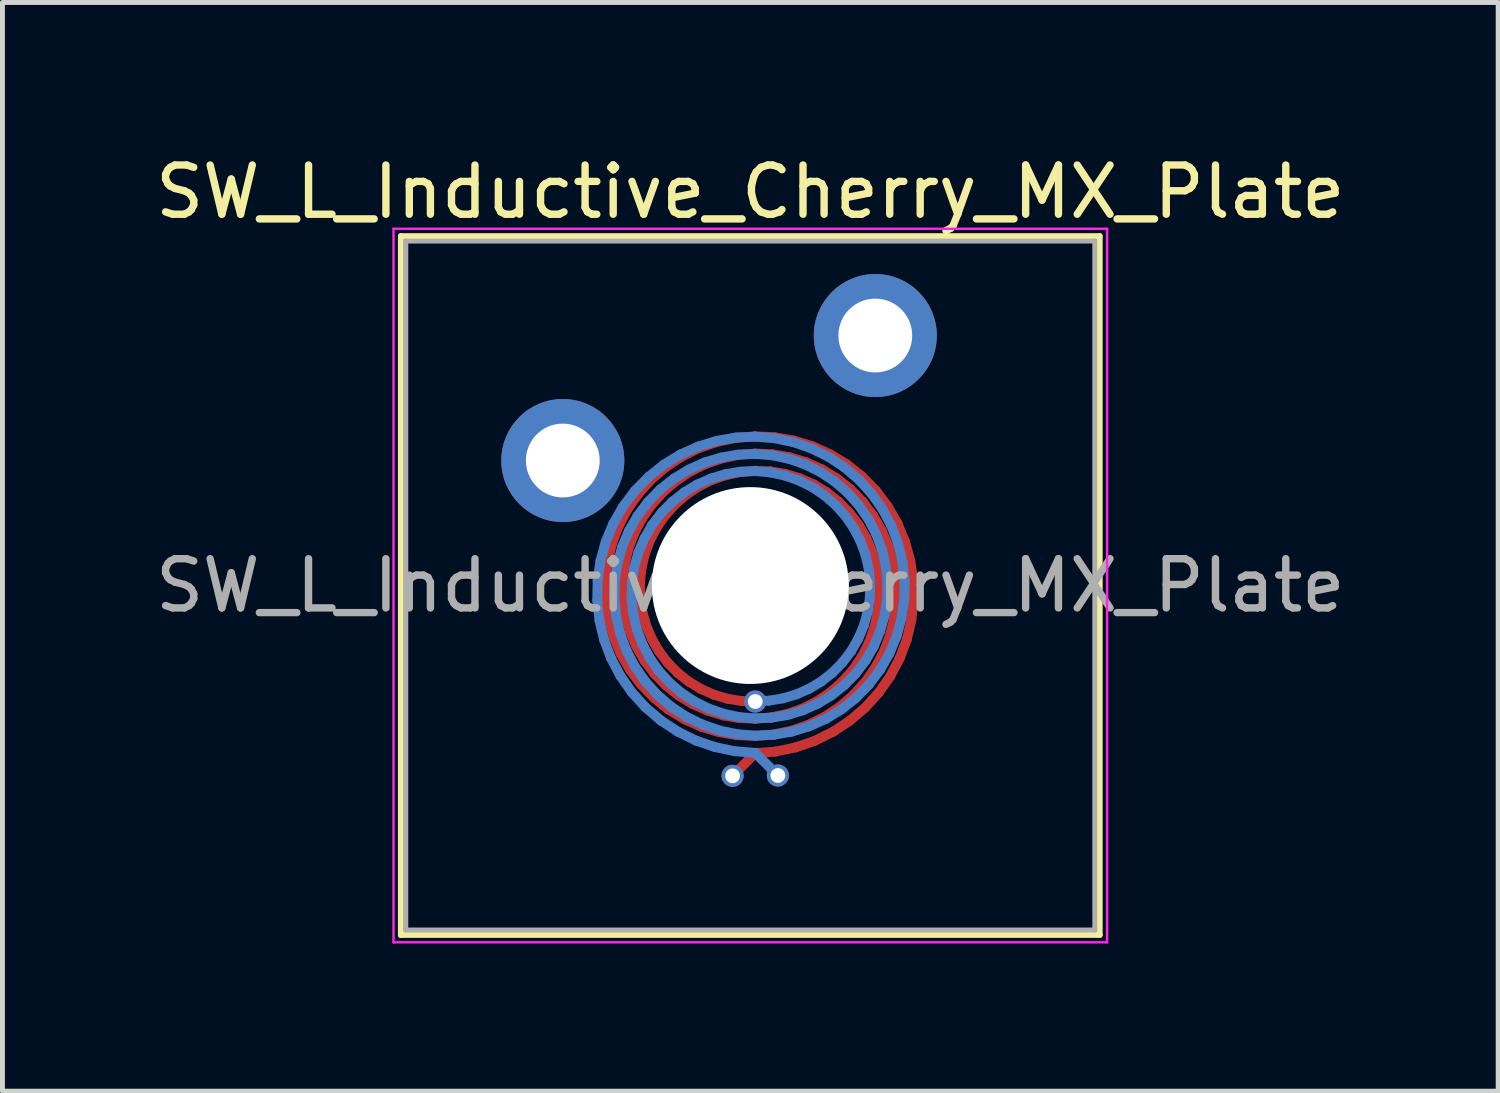
<source format=kicad_pcb>
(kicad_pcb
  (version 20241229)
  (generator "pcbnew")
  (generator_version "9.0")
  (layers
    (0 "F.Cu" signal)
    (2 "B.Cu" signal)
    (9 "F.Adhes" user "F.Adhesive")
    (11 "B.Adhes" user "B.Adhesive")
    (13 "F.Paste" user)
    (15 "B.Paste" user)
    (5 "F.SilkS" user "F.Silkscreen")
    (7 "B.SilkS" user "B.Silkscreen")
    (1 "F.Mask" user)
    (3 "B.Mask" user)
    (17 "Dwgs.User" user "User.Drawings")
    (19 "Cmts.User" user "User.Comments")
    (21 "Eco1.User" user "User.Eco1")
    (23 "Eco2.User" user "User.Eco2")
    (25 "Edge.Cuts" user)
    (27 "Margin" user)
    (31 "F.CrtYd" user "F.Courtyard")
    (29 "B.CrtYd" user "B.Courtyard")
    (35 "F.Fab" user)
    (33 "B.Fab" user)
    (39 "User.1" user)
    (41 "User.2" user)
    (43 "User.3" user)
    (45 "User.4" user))
  (footprint "SW_L_Inductive_Cherry_MX_Plate"
    (layer "F.Cu")
    (at 12.196 8.848)
    (property "Reference" "SW_L_Inductive_Cherry_MX_Plate" (at 0 -8 0) (layer "F.SilkS") (effects (font (size 1 1) (thickness 0.15))))
    (attr through_hole)
    (fp_line (start -2.942 -0.091) (end -2.901 -0.472) (stroke (width 0.2) (type solid)) (layer "F.Cu"))
    (fp_line (start -2.935 0.291) (end -2.942 -0.091) (stroke (width 0.2) (type solid)) (layer "F.Cu"))
    (fp_line (start -2.901 -0.472) (end -2.812 -0.846) (stroke (width 0.2) (type solid)) (layer "F.Cu"))
    (fp_line (start -2.88 0.669) (end -2.935 0.291) (stroke (width 0.2) (type solid)) (layer "F.Cu"))
    (fp_line (start -2.812 -0.846) (end -2.677 -1.207) (stroke (width 0.2) (type solid)) (layer "F.Cu"))
    (fp_line (start -2.779 1.035) (end -2.88 0.669) (stroke (width 0.2) (type solid)) (layer "F.Cu"))
    (fp_line (start -2.677 -1.207) (end -2.497 -1.548) (stroke (width 0.2) (type solid)) (layer "F.Cu"))
    (fp_line (start -2.633 1.386) (end -2.779 1.035) (stroke (width 0.2) (type solid)) (layer "F.Cu"))
    (fp_line (start -2.593 -0.069) (end -2.557 -0.407) (stroke (width 0.2) (type solid)) (layer "F.Cu"))
    (fp_line (start -2.586 0.269) (end -2.593 -0.069) (stroke (width 0.2) (type solid)) (layer "F.Cu"))
    (fp_line (start -2.557 -0.407) (end -2.479 -0.738) (stroke (width 0.2) (type solid)) (layer "F.Cu"))
    (fp_line (start -2.536 0.603) (end -2.586 0.269) (stroke (width 0.2) (type solid)) (layer "F.Cu"))
    (fp_line (start -2.497 -1.548) (end -2.275 -1.865) (stroke (width 0.2) (type solid)) (layer "F.Cu"))
    (fp_line (start -2.479 -0.738) (end -2.36 -1.058) (stroke (width 0.2) (type solid)) (layer "F.Cu"))
    (fp_line (start -2.446 0.927) (end -2.536 0.603) (stroke (width 0.2) (type solid)) (layer "F.Cu"))
    (fp_line (start -2.444 1.714) (end -2.633 1.386) (stroke (width 0.2) (type solid)) (layer "F.Cu"))
    (fp_line (start -2.36 -1.058) (end -2.202 -1.361) (stroke (width 0.2) (type solid)) (layer "F.Cu"))
    (fp_line (start -2.316 1.237) (end -2.446 0.927) (stroke (width 0.2) (type solid)) (layer "F.Cu"))
    (fp_line (start -2.275 -1.865) (end -2.015 -2.153) (stroke (width 0.2) (type solid)) (layer "F.Cu"))
    (fp_line (start -2.243 -0.047) (end -2.213 -0.341) (stroke (width 0.2) (type solid)) (layer "F.Cu"))
    (fp_line (start -2.236 0.247) (end -2.243 -0.047) (stroke (width 0.2) (type solid)) (layer "F.Cu"))
    (fp_line (start -2.216 2.016) (end -2.444 1.714) (stroke (width 0.2) (type solid)) (layer "F.Cu"))
    (fp_line (start -2.213 -0.341) (end -2.146 -0.63) (stroke (width 0.2) (type solid)) (layer "F.Cu"))
    (fp_line (start -2.202 -1.361) (end -2.006 -1.642) (stroke (width 0.2) (type solid)) (layer "F.Cu"))
    (fp_line (start -2.193 0.537) (end -2.236 0.247) (stroke (width 0.2) (type solid)) (layer "F.Cu"))
    (fp_line (start -2.148 1.527) (end -2.316 1.237) (stroke (width 0.2) (type solid)) (layer "F.Cu"))
    (fp_line (start -2.146 -0.63) (end -2.044 -0.909) (stroke (width 0.2) (type solid)) (layer "F.Cu"))
    (fp_line (start -2.113 0.819) (end -2.193 0.537) (stroke (width 0.2) (type solid)) (layer "F.Cu"))
    (fp_line (start -2.044 -0.909) (end -1.906 -1.173) (stroke (width 0.2) (type solid)) (layer "F.Cu"))
    (fp_line (start -2.015 -2.153) (end -1.72 -2.406) (stroke (width 0.2) (type solid)) (layer "F.Cu"))
    (fp_line (start -2.006 -1.642) (end -1.776 -1.897) (stroke (width 0.2) (type solid)) (layer "F.Cu"))
    (fp_line (start -1.999 1.088) (end -2.113 0.819) (stroke (width 0.2) (type solid)) (layer "F.Cu"))
    (fp_line (start -1.953 2.286) (end -2.216 2.016) (stroke (width 0.2) (type solid)) (layer "F.Cu"))
    (fp_line (start -1.946 1.793) (end -2.148 1.527) (stroke (width 0.2) (type solid)) (layer "F.Cu"))
    (fp_line (start -1.906 -1.173) (end -1.736 -1.419) (stroke (width 0.2) (type solid)) (layer "F.Cu"))
    (fp_line (start -1.853 1.339) (end -1.999 1.088) (stroke (width 0.2) (type solid)) (layer "F.Cu"))
    (fp_line (start -1.776 -1.897) (end -1.515 -2.122) (stroke (width 0.2) (type solid)) (layer "F.Cu"))
    (fp_line (start -1.736 -1.419) (end -1.536 -1.642) (stroke (width 0.2) (type solid)) (layer "F.Cu"))
    (fp_line (start -1.72 -2.406) (end -1.395 -2.62) (stroke (width 0.2) (type solid)) (layer "F.Cu"))
    (fp_line (start -1.713 2.031) (end -1.946 1.793) (stroke (width 0.2) (type solid)) (layer "F.Cu"))
    (fp_line (start -1.677 1.57) (end -1.853 1.339) (stroke (width 0.2) (type solid)) (layer "F.Cu"))
    (fp_line (start -1.659 2.521) (end -1.953 2.286) (stroke (width 0.2) (type solid)) (layer "F.Cu"))
    (fp_line (start -1.536 -1.642) (end -1.309 -1.839) (stroke (width 0.2) (type solid)) (layer "F.Cu"))
    (fp_line (start -1.515 -2.122) (end -1.227 -2.313) (stroke (width 0.2) (type solid)) (layer "F.Cu"))
    (fp_line (start -1.474 1.776) (end -1.677 1.57) (stroke (width 0.2) (type solid)) (layer "F.Cu"))
    (fp_line (start -1.453 2.237) (end -1.713 2.031) (stroke (width 0.2) (type solid)) (layer "F.Cu"))
    (fp_line (start -1.395 -2.62) (end -1.045 -2.793) (stroke (width 0.2) (type solid)) (layer "F.Cu"))
    (fp_line (start -1.338 2.716) (end -1.659 2.521) (stroke (width 0.2) (type solid)) (layer "F.Cu"))
    (fp_line (start -1.309 -1.839) (end -1.058 -2.007) (stroke (width 0.2) (type solid)) (layer "F.Cu"))
    (fp_line (start -1.247 1.954) (end -1.474 1.776) (stroke (width 0.2) (type solid)) (layer "F.Cu"))
    (fp_line (start -1.227 -2.313) (end -0.916 -2.467) (stroke (width 0.2) (type solid)) (layer "F.Cu"))
    (fp_line (start -1.169 2.409) (end -1.453 2.237) (stroke (width 0.2) (type solid)) (layer "F.Cu"))
    (fp_line (start -1.058 -2.007) (end -0.788 -2.142) (stroke (width 0.2) (type solid)) (layer "F.Cu"))
    (fp_line (start -1.045 -2.793) (end -0.675 -2.92) (stroke (width 0.2) (type solid)) (layer "F.Cu"))
    (fp_line (start -1.001 2.102) (end -1.247 1.954) (stroke (width 0.2) (type solid)) (layer "F.Cu"))
    (fp_line (start -0.996 2.869) (end -1.338 2.716) (stroke (width 0.2) (type solid)) (layer "F.Cu"))
    (fp_line (start -0.916 -2.467) (end -0.588 -2.581) (stroke (width 0.2) (type solid)) (layer "F.Cu"))
    (fp_line (start -0.867 2.543) (end -1.169 2.409) (stroke (width 0.2) (type solid)) (layer "F.Cu"))
    (fp_line (start -0.788 -2.142) (end -0.501 -2.242) (stroke (width 0.2) (type solid)) (layer "F.Cu"))
    (fp_line (start -0.739 2.218) (end -1.001 2.102) (stroke (width 0.2) (type solid)) (layer "F.Cu"))
    (fp_line (start -0.675 -2.92) (end -0.292 -3) (stroke (width 0.2) (type solid)) (layer "F.Cu"))
    (fp_line (start -0.639 2.978) (end -0.996 2.869) (stroke (width 0.2) (type solid)) (layer "F.Cu"))
    (fp_line (start -0.588 -2.581) (end -0.248 -2.653) (stroke (width 0.2) (type solid)) (layer "F.Cu"))
    (fp_line (start -0.552 2.639) (end -0.867 2.543) (stroke (width 0.2) (type solid)) (layer "F.Cu"))
    (fp_line (start -0.501 -2.242) (end -0.204 -2.306) (stroke (width 0.2) (type solid)) (layer "F.Cu"))
    (fp_line (start -0.465 2.3) (end -0.739 2.218) (stroke (width 0.2) (type solid)) (layer "F.Cu"))
    (fp_line (start -0.292 -3) (end 0.1 -3.032) (stroke (width 0.2) (type solid)) (layer "F.Cu"))
    (fp_line (start -0.271 3.041) (end -0.639 2.978) (stroke (width 0.2) (type solid)) (layer "F.Cu"))
    (fp_line (start -0.248 -2.653) (end 0.1 -2.682) (stroke (width 0.2) (type solid)) (layer "F.Cu"))
    (fp_line (start -0.228 2.693) (end -0.552 2.639) (stroke (width 0.2) (type solid)) (layer "F.Cu"))
    (fp_line (start -0.204 -2.306) (end 0.1 -2.332) (stroke (width 0.2) (type solid)) (layer "F.Cu"))
    (fp_line (start -0.184 2.346) (end -0.465 2.3) (stroke (width 0.2) (type solid)) (layer "F.Cu"))
    (fp_line (start 0.1 -3.032) (end 0.493 -3.014) (stroke (width 0.2) (type solid)) (layer "F.Cu"))
    (fp_line (start 0.1 -2.682) (end 0.45 -2.667) (stroke (width 0.2) (type solid)) (layer "F.Cu"))
    (fp_line (start 0.1 -2.332) (end 0.406 -2.32) (stroke (width 0.2) (type solid)) (layer "F.Cu"))
    (fp_line (start 0.1 2.357) (end -0.184 2.346) (stroke (width 0.2) (type solid)) (layer "F.Cu"))
    (fp_line (start 0.1 2.707) (end -0.228 2.693) (stroke (width 0.2) (type solid)) (layer "F.Cu"))
    (fp_line (start 0.1 3.057) (end -0.271 3.041) (stroke (width 0.2) (type solid)) (layer "F.Cu"))
    (fp_line (start 0.1 3.407) (end -0.36 3.867) (stroke (width 0.2) (type solid)) (layer "F.Cu"))
    (fp_line (start 0.406 -2.32) (end 0.708 -2.269) (stroke (width 0.2) (type solid)) (layer "F.Cu"))
    (fp_line (start 0.426 2.679) (end 0.1 2.707) (stroke (width 0.2) (type solid)) (layer "F.Cu"))
    (fp_line (start 0.45 -2.667) (end 0.795 -2.608) (stroke (width 0.2) (type solid)) (layer "F.Cu"))
    (fp_line (start 0.47 3.027) (end 0.1 3.057) (stroke (width 0.2) (type solid)) (layer "F.Cu"))
    (fp_line (start 0.493 -3.014) (end 0.882 -2.947) (stroke (width 0.2) (type solid)) (layer "F.Cu"))
    (fp_line (start 0.514 3.374) (end 0.1 3.407) (stroke (width 0.2) (type solid)) (layer "F.Cu"))
    (fp_line (start 0.708 -2.269) (end 1.003 -2.181) (stroke (width 0.2) (type solid)) (layer "F.Cu"))
    (fp_line (start 0.745 2.612) (end 0.426 2.679) (stroke (width 0.2) (type solid)) (layer "F.Cu"))
    (fp_line (start 0.795 -2.608) (end 1.132 -2.506) (stroke (width 0.2) (type solid)) (layer "F.Cu"))
    (fp_line (start 0.832 2.951) (end 0.47 3.027) (stroke (width 0.2) (type solid)) (layer "F.Cu"))
    (fp_line (start 0.882 -2.947) (end 1.261 -2.832) (stroke (width 0.2) (type solid)) (layer "F.Cu"))
    (fp_line (start 0.919 3.29) (end 0.514 3.374) (stroke (width 0.2) (type solid)) (layer "F.Cu"))
    (fp_line (start 1.003 -2.181) (end 1.285 -2.056) (stroke (width 0.2) (type solid)) (layer "F.Cu"))
    (fp_line (start 1.052 2.504) (end 0.745 2.612) (stroke (width 0.2) (type solid)) (layer "F.Cu"))
    (fp_line (start 1.132 -2.506) (end 1.454 -2.362) (stroke (width 0.2) (type solid)) (layer "F.Cu"))
    (fp_line (start 1.181 2.83) (end 0.832 2.951) (stroke (width 0.2) (type solid)) (layer "F.Cu"))
    (fp_line (start 1.261 -2.832) (end 1.622 -2.669) (stroke (width 0.2) (type solid)) (layer "F.Cu"))
    (fp_line (start 1.285 -2.056) (end 1.55 -1.896) (stroke (width 0.2) (type solid)) (layer "F.Cu"))
    (fp_line (start 1.31 3.155) (end 0.919 3.29) (stroke (width 0.2) (type solid)) (layer "F.Cu"))
    (fp_line (start 1.342 2.36) (end 1.052 2.504) (stroke (width 0.2) (type solid)) (layer "F.Cu"))
    (fp_line (start 1.454 -2.362) (end 1.756 -2.179) (stroke (width 0.2) (type solid)) (layer "F.Cu"))
    (fp_line (start 1.511 2.667) (end 1.181 2.83) (stroke (width 0.2) (type solid)) (layer "F.Cu"))
    (fp_line (start 1.55 -1.896) (end 1.794 -1.703) (stroke (width 0.2) (type solid)) (layer "F.Cu"))
    (fp_line (start 1.612 2.181) (end 1.342 2.36) (stroke (width 0.2) (type solid)) (layer "F.Cu"))
    (fp_line (start 1.622 -2.669) (end 1.962 -2.462) (stroke (width 0.2) (type solid)) (layer "F.Cu"))
    (fp_line (start 1.68 2.973) (end 1.31 3.155) (stroke (width 0.2) (type solid)) (layer "F.Cu"))
    (fp_line (start 1.756 -2.179) (end 2.033 -1.959) (stroke (width 0.2) (type solid)) (layer "F.Cu"))
    (fp_line (start 1.794 -1.703) (end 2.012 -1.481) (stroke (width 0.2) (type solid)) (layer "F.Cu"))
    (fp_line (start 1.818 2.464) (end 1.511 2.667) (stroke (width 0.2) (type solid)) (layer "F.Cu"))
    (fp_line (start 1.856 1.97) (end 1.612 2.181) (stroke (width 0.2) (type solid)) (layer "F.Cu"))
    (fp_line (start 1.962 -2.462) (end 2.273 -2.214) (stroke (width 0.2) (type solid)) (layer "F.Cu"))
    (fp_line (start 2.012 -1.481) (end 2.201 -1.233) (stroke (width 0.2) (type solid)) (layer "F.Cu"))
    (fp_line (start 2.023 2.747) (end 1.68 2.973) (stroke (width 0.2) (type solid)) (layer "F.Cu"))
    (fp_line (start 2.033 -1.959) (end 2.281 -1.705) (stroke (width 0.2) (type solid)) (layer "F.Cu"))
    (fp_line (start 2.071 1.731) (end 1.856 1.97) (stroke (width 0.2) (type solid)) (layer "F.Cu"))
    (fp_line (start 2.095 2.225) (end 1.818 2.464) (stroke (width 0.2) (type solid)) (layer "F.Cu"))
    (fp_line (start 2.201 -1.233) (end 2.358 -0.962) (stroke (width 0.2) (type solid)) (layer "F.Cu"))
    (fp_line (start 2.254 1.467) (end 2.071 1.731) (stroke (width 0.2) (type solid)) (layer "F.Cu"))
    (fp_line (start 2.273 -2.214) (end 2.551 -1.928) (stroke (width 0.2) (type solid)) (layer "F.Cu"))
    (fp_line (start 2.281 -1.705) (end 2.496 -1.421) (stroke (width 0.2) (type solid)) (layer "F.Cu"))
    (fp_line (start 2.335 2.48) (end 2.023 2.747) (stroke (width 0.2) (type solid)) (layer "F.Cu"))
    (fp_line (start 2.341 1.954) (end 2.095 2.225) (stroke (width 0.2) (type solid)) (layer "F.Cu"))
    (fp_line (start 2.358 -0.962) (end 2.48 -0.673) (stroke (width 0.2) (type solid)) (layer "F.Cu"))
    (fp_line (start 2.402 1.183) (end 2.254 1.467) (stroke (width 0.2) (type solid)) (layer "F.Cu"))
    (fp_line (start 2.48 -0.673) (end 2.565 -0.37) (stroke (width 0.2) (type solid)) (layer "F.Cu"))
    (fp_line (start 2.496 -1.421) (end 2.674 -1.111) (stroke (width 0.2) (type solid)) (layer "F.Cu"))
    (fp_line (start 2.513 0.884) (end 2.402 1.183) (stroke (width 0.2) (type solid)) (layer "F.Cu"))
    (fp_line (start 2.549 1.654) (end 2.341 1.954) (stroke (width 0.2) (type solid)) (layer "F.Cu"))
    (fp_line (start 2.551 -1.928) (end 2.792 -1.608) (stroke (width 0.2) (type solid)) (layer "F.Cu"))
    (fp_line (start 2.565 -0.37) (end 2.611 -0.058) (stroke (width 0.2) (type solid)) (layer "F.Cu"))
    (fp_line (start 2.585 0.574) (end 2.513 0.884) (stroke (width 0.2) (type solid)) (layer "F.Cu"))
    (fp_line (start 2.61 2.177) (end 2.335 2.48) (stroke (width 0.2) (type solid)) (layer "F.Cu"))
    (fp_line (start 2.611 -0.058) (end 2.618 0.258) (stroke (width 0.2) (type solid)) (layer "F.Cu"))
    (fp_line (start 2.618 0.258) (end 2.585 0.574) (stroke (width 0.2) (type solid)) (layer "F.Cu"))
    (fp_line (start 2.674 -1.111) (end 2.812 -0.781) (stroke (width 0.2) (type solid)) (layer "F.Cu"))
    (fp_line (start 2.719 1.332) (end 2.549 1.654) (stroke (width 0.2) (type solid)) (layer "F.Cu"))
    (fp_line (start 2.792 -1.608) (end 2.991 -1.26) (stroke (width 0.2) (type solid)) (layer "F.Cu"))
    (fp_line (start 2.812 -0.781) (end 2.908 -0.436) (stroke (width 0.2) (type solid)) (layer "F.Cu"))
    (fp_line (start 2.845 1.842) (end 2.61 2.177) (stroke (width 0.2) (type solid)) (layer "F.Cu"))
    (fp_line (start 2.846 0.992) (end 2.719 1.332) (stroke (width 0.2) (type solid)) (layer "F.Cu"))
    (fp_line (start 2.908 -0.436) (end 2.96 -0.08) (stroke (width 0.2) (type solid)) (layer "F.Cu"))
    (fp_line (start 2.929 0.64) (end 2.846 0.992) (stroke (width 0.2) (type solid)) (layer "F.Cu"))
    (fp_line (start 2.96 -0.08) (end 2.967 0.28) (stroke (width 0.2) (type solid)) (layer "F.Cu"))
    (fp_line (start 2.967 0.28) (end 2.929 0.64) (stroke (width 0.2) (type solid)) (layer "F.Cu"))
    (fp_line (start 2.991 -1.26) (end 3.145 -0.889) (stroke (width 0.2) (type solid)) (layer "F.Cu"))
    (fp_line (start 3.035 1.481) (end 2.845 1.842) (stroke (width 0.2) (type solid)) (layer "F.Cu"))
    (fp_line (start 3.145 -0.889) (end 3.252 -0.501) (stroke (width 0.2) (type solid)) (layer "F.Cu"))
    (fp_line (start 3.179 1.1) (end 3.035 1.481) (stroke (width 0.2) (type solid)) (layer "F.Cu"))
    (fp_line (start 3.252 -0.501) (end 3.31 -0.102) (stroke (width 0.2) (type solid)) (layer "F.Cu"))
    (fp_line (start 3.273 0.705) (end 3.179 1.1) (stroke (width 0.2) (type solid)) (layer "F.Cu"))
    (fp_line (start 3.31 -0.102) (end 3.317 0.302) (stroke (width 0.2) (type solid)) (layer "F.Cu"))
    (fp_line (start 3.317 0.302) (end 3.273 0.705) (stroke (width 0.2) (type solid)) (layer "F.Cu"))
    (fp_line (start -3.11 0.302) (end -3.103 -0.101) (stroke (width 0.2) (type solid)) (layer "B.Cu"))
    (fp_line (start -3.103 -0.101) (end -3.045 -0.5) (stroke (width 0.2) (type solid)) (layer "B.Cu"))
    (fp_line (start -3.066 0.704) (end -3.11 0.302) (stroke (width 0.2) (type solid)) (layer "B.Cu"))
    (fp_line (start -3.045 -0.5) (end -2.939 -0.887) (stroke (width 0.2) (type solid)) (layer "B.Cu"))
    (fp_line (start -2.972 1.098) (end -3.066 0.704) (stroke (width 0.2) (type solid)) (layer "B.Cu"))
    (fp_line (start -2.939 -0.887) (end -2.785 -1.257) (stroke (width 0.2) (type solid)) (layer "B.Cu"))
    (fp_line (start -2.829 1.478) (end -2.972 1.098) (stroke (width 0.2) (type solid)) (layer "B.Cu"))
    (fp_line (start -2.785 -1.257) (end -2.586 -1.604) (stroke (width 0.2) (type solid)) (layer "B.Cu"))
    (fp_line (start -2.76 0.28) (end -2.753 -0.08) (stroke (width 0.2) (type solid)) (layer "B.Cu"))
    (fp_line (start -2.753 -0.08) (end -2.701 -0.434) (stroke (width 0.2) (type solid)) (layer "B.Cu"))
    (fp_line (start -2.722 0.638) (end -2.76 0.28) (stroke (width 0.2) (type solid)) (layer "B.Cu"))
    (fp_line (start -2.701 -0.434) (end -2.606 -0.779) (stroke (width 0.2) (type solid)) (layer "B.Cu"))
    (fp_line (start -2.639 0.99) (end -2.722 0.638) (stroke (width 0.2) (type solid)) (layer "B.Cu"))
    (fp_line (start -2.639 1.838) (end -2.829 1.478) (stroke (width 0.2) (type solid)) (layer "B.Cu"))
    (fp_line (start -2.606 -0.779) (end -2.468 -1.108) (stroke (width 0.2) (type solid)) (layer "B.Cu"))
    (fp_line (start -2.586 -1.604) (end -2.346 -1.923) (stroke (width 0.2) (type solid)) (layer "B.Cu"))
    (fp_line (start -2.512 1.329) (end -2.639 0.99) (stroke (width 0.2) (type solid)) (layer "B.Cu"))
    (fp_line (start -2.468 -1.108) (end -2.29 -1.417) (stroke (width 0.2) (type solid)) (layer "B.Cu"))
    (fp_line (start -2.411 0.258) (end -2.404 -0.058) (stroke (width 0.2) (type solid)) (layer "B.Cu"))
    (fp_line (start -2.405 2.172) (end -2.639 1.838) (stroke (width 0.2) (type solid)) (layer "B.Cu"))
    (fp_line (start -2.404 -0.058) (end -2.358 -0.369) (stroke (width 0.2) (type solid)) (layer "B.Cu"))
    (fp_line (start -2.378 0.573) (end -2.411 0.258) (stroke (width 0.2) (type solid)) (layer "B.Cu"))
    (fp_line (start -2.358 -0.369) (end -2.273 -0.671) (stroke (width 0.2) (type solid)) (layer "B.Cu"))
    (fp_line (start -2.346 -1.923) (end -2.068 -2.209) (stroke (width 0.2) (type solid)) (layer "B.Cu"))
    (fp_line (start -2.343 1.651) (end -2.512 1.329) (stroke (width 0.2) (type solid)) (layer "B.Cu"))
    (fp_line (start -2.306 0.882) (end -2.378 0.573) (stroke (width 0.2) (type solid)) (layer "B.Cu"))
    (fp_line (start -2.29 -1.417) (end -2.076 -1.7) (stroke (width 0.2) (type solid)) (layer "B.Cu"))
    (fp_line (start -2.273 -0.671) (end -2.151 -0.959) (stroke (width 0.2) (type solid)) (layer "B.Cu"))
    (fp_line (start -2.196 1.18) (end -2.306 0.882) (stroke (width 0.2) (type solid)) (layer "B.Cu"))
    (fp_line (start -2.151 -0.959) (end -1.995 -1.229) (stroke (width 0.2) (type solid)) (layer "B.Cu"))
    (fp_line (start -2.135 1.949) (end -2.343 1.651) (stroke (width 0.2) (type solid)) (layer "B.Cu"))
    (fp_line (start -2.13 2.475) (end -2.405 2.172) (stroke (width 0.2) (type solid)) (layer "B.Cu"))
    (fp_line (start -2.076 -1.7) (end -1.828 -1.954) (stroke (width 0.2) (type solid)) (layer "B.Cu"))
    (fp_line (start -2.068 -2.209) (end -1.757 -2.456) (stroke (width 0.2) (type solid)) (layer "B.Cu"))
    (fp_line (start -2.048 1.463) (end -2.196 1.18) (stroke (width 0.2) (type solid)) (layer "B.Cu"))
    (fp_line (start -1.995 -1.229) (end -1.806 -1.477) (stroke (width 0.2) (type solid)) (layer "B.Cu"))
    (fp_line (start -1.891 2.22) (end -2.135 1.949) (stroke (width 0.2) (type solid)) (layer "B.Cu"))
    (fp_line (start -1.866 1.726) (end -2.048 1.463) (stroke (width 0.2) (type solid)) (layer "B.Cu"))
    (fp_line (start -1.828 -1.954) (end -1.552 -2.173) (stroke (width 0.2) (type solid)) (layer "B.Cu"))
    (fp_line (start -1.819 2.741) (end -2.13 2.475) (stroke (width 0.2) (type solid)) (layer "B.Cu"))
    (fp_line (start -1.806 -1.477) (end -1.589 -1.698) (stroke (width 0.2) (type solid)) (layer "B.Cu"))
    (fp_line (start -1.757 -2.456) (end -1.419 -2.663) (stroke (width 0.2) (type solid)) (layer "B.Cu"))
    (fp_line (start -1.651 1.965) (end -1.866 1.726) (stroke (width 0.2) (type solid)) (layer "B.Cu"))
    (fp_line (start -1.613 2.458) (end -1.891 2.22) (stroke (width 0.2) (type solid)) (layer "B.Cu"))
    (fp_line (start -1.589 -1.698) (end -1.346 -1.89) (stroke (width 0.2) (type solid)) (layer "B.Cu"))
    (fp_line (start -1.552 -2.173) (end -1.25 -2.356) (stroke (width 0.2) (type solid)) (layer "B.Cu"))
    (fp_line (start -1.476 2.967) (end -1.819 2.741) (stroke (width 0.2) (type solid)) (layer "B.Cu"))
    (fp_line (start -1.419 -2.663) (end -1.058 -2.825) (stroke (width 0.2) (type solid)) (layer "B.Cu"))
    (fp_line (start -1.408 2.175) (end -1.651 1.965) (stroke (width 0.2) (type solid)) (layer "B.Cu"))
    (fp_line (start -1.346 -1.89) (end -1.082 -2.05) (stroke (width 0.2) (type solid)) (layer "B.Cu"))
    (fp_line (start -1.308 2.661) (end -1.613 2.458) (stroke (width 0.2) (type solid)) (layer "B.Cu"))
    (fp_line (start -1.25 -2.356) (end -0.929 -2.5) (stroke (width 0.2) (type solid)) (layer "B.Cu"))
    (fp_line (start -1.139 2.354) (end -1.408 2.175) (stroke (width 0.2) (type solid)) (layer "B.Cu"))
    (fp_line (start -1.107 3.149) (end -1.476 2.967) (stroke (width 0.2) (type solid)) (layer "B.Cu"))
    (fp_line (start -1.082 -2.05) (end -0.8 -2.174) (stroke (width 0.2) (type solid)) (layer "B.Cu"))
    (fp_line (start -1.058 -2.825) (end -0.681 -2.94) (stroke (width 0.2) (type solid)) (layer "B.Cu"))
    (fp_line (start -0.978 2.823) (end -1.308 2.661) (stroke (width 0.2) (type solid)) (layer "B.Cu"))
    (fp_line (start -0.929 -2.5) (end -0.594 -2.601) (stroke (width 0.2) (type solid)) (layer "B.Cu"))
    (fp_line (start -0.849 2.498) (end -1.139 2.354) (stroke (width 0.2) (type solid)) (layer "B.Cu"))
    (fp_line (start -0.8 -2.174) (end -0.507 -2.262) (stroke (width 0.2) (type solid)) (layer "B.Cu"))
    (fp_line (start -0.717 3.283) (end -1.107 3.149) (stroke (width 0.2) (type solid)) (layer "B.Cu"))
    (fp_line (start -0.681 -2.94) (end -0.293 -3.007) (stroke (width 0.2) (type solid)) (layer "B.Cu"))
    (fp_line (start -0.63 2.944) (end -0.978 2.823) (stroke (width 0.2) (type solid)) (layer "B.Cu"))
    (fp_line (start -0.594 -2.601) (end -0.249 -2.66) (stroke (width 0.2) (type solid)) (layer "B.Cu"))
    (fp_line (start -0.543 2.605) (end -0.849 2.498) (stroke (width 0.2) (type solid)) (layer "B.Cu"))
    (fp_line (start -0.507 -2.262) (end -0.205 -2.313) (stroke (width 0.2) (type solid)) (layer "B.Cu"))
    (fp_line (start -0.313 3.367) (end -0.717 3.283) (stroke (width 0.2) (type solid)) (layer "B.Cu"))
    (fp_line (start -0.293 -3.007) (end 0.1 -3.025) (stroke (width 0.2) (type solid)) (layer "B.Cu"))
    (fp_line (start -0.269 3.02) (end -0.63 2.944) (stroke (width 0.2) (type solid)) (layer "B.Cu"))
    (fp_line (start -0.249 -2.66) (end 0.1 -2.675) (stroke (width 0.2) (type solid)) (layer "B.Cu"))
    (fp_line (start -0.225 2.673) (end -0.543 2.605) (stroke (width 0.2) (type solid)) (layer "B.Cu"))
    (fp_line (start -0.205 -2.313) (end 0.1 -2.325) (stroke (width 0.2) (type solid)) (layer "B.Cu"))
    (fp_line (start 0.1 -3.025) (end 0.491 -2.993) (stroke (width 0.2) (type solid)) (layer "B.Cu"))
    (fp_line (start 0.1 -2.675) (end 0.447 -2.646) (stroke (width 0.2) (type solid)) (layer "B.Cu"))
    (fp_line (start 0.1 -2.325) (end 0.403 -2.299) (stroke (width 0.2) (type solid)) (layer "B.Cu"))
    (fp_line (start 0.1 2.7) (end -0.225 2.673) (stroke (width 0.2) (type solid)) (layer "B.Cu"))
    (fp_line (start 0.1 3.05) (end -0.269 3.02) (stroke (width 0.2) (type solid)) (layer "B.Cu"))
    (fp_line (start 0.1 3.4) (end -0.313 3.367) (stroke (width 0.2) (type solid)) (layer "B.Cu"))
    (fp_line (start 0.383 2.339) (end 0.1 2.35) (stroke (width 0.2) (type solid)) (layer "B.Cu"))
    (fp_line (start 0.403 -2.299) (end 0.7 -2.235) (stroke (width 0.2) (type solid)) (layer "B.Cu"))
    (fp_line (start 0.427 2.686) (end 0.1 2.7) (stroke (width 0.2) (type solid)) (layer "B.Cu"))
    (fp_line (start 0.447 -2.646) (end 0.787 -2.574) (stroke (width 0.2) (type solid)) (layer "B.Cu"))
    (fp_line (start 0.471 3.034) (end 0.1 3.05) (stroke (width 0.2) (type solid)) (layer "B.Cu"))
    (fp_line (start 0.491 -2.993) (end 0.874 -2.913) (stroke (width 0.2) (type solid)) (layer "B.Cu"))
    (fp_line (start 0.56 3.86) (end 0.1 3.4) (stroke (width 0.2) (type solid)) (layer "B.Cu"))
    (fp_line (start 0.663 2.293) (end 0.383 2.339) (stroke (width 0.2) (type solid)) (layer "B.Cu"))
    (fp_line (start 0.7 -2.235) (end 0.985 -2.135) (stroke (width 0.2) (type solid)) (layer "B.Cu"))
    (fp_line (start 0.75 2.632) (end 0.427 2.686) (stroke (width 0.2) (type solid)) (layer "B.Cu"))
    (fp_line (start 0.787 -2.574) (end 1.114 -2.461) (stroke (width 0.2) (type solid)) (layer "B.Cu"))
    (fp_line (start 0.837 2.971) (end 0.471 3.034) (stroke (width 0.2) (type solid)) (layer "B.Cu"))
    (fp_line (start 0.874 -2.913) (end 1.243 -2.786) (stroke (width 0.2) (type solid)) (layer "B.Cu"))
    (fp_line (start 0.936 2.212) (end 0.663 2.293) (stroke (width 0.2) (type solid)) (layer "B.Cu"))
    (fp_line (start 0.985 -2.135) (end 1.255 -2.001) (stroke (width 0.2) (type solid)) (layer "B.Cu"))
    (fp_line (start 1.065 2.537) (end 0.75 2.632) (stroke (width 0.2) (type solid)) (layer "B.Cu"))
    (fp_line (start 1.114 -2.461) (end 1.423 -2.307) (stroke (width 0.2) (type solid)) (layer "B.Cu"))
    (fp_line (start 1.194 2.862) (end 0.837 2.971) (stroke (width 0.2) (type solid)) (layer "B.Cu"))
    (fp_line (start 1.197 2.096) (end 0.936 2.212) (stroke (width 0.2) (type solid)) (layer "B.Cu"))
    (fp_line (start 1.243 -2.786) (end 1.592 -2.614) (stroke (width 0.2) (type solid)) (layer "B.Cu"))
    (fp_line (start 1.255 -2.001) (end 1.505 -1.834) (stroke (width 0.2) (type solid)) (layer "B.Cu"))
    (fp_line (start 1.366 2.403) (end 1.065 2.537) (stroke (width 0.2) (type solid)) (layer "B.Cu"))
    (fp_line (start 1.423 -2.307) (end 1.711 -2.117) (stroke (width 0.2) (type solid)) (layer "B.Cu"))
    (fp_line (start 1.443 1.949) (end 1.197 2.096) (stroke (width 0.2) (type solid)) (layer "B.Cu"))
    (fp_line (start 1.505 -1.834) (end 1.731 -1.637) (stroke (width 0.2) (type solid)) (layer "B.Cu"))
    (fp_line (start 1.535 2.71) (end 1.194 2.862) (stroke (width 0.2) (type solid)) (layer "B.Cu"))
    (fp_line (start 1.592 -2.614) (end 1.916 -2.4) (stroke (width 0.2) (type solid)) (layer "B.Cu"))
    (fp_line (start 1.649 2.232) (end 1.366 2.403) (stroke (width 0.2) (type solid)) (layer "B.Cu"))
    (fp_line (start 1.669 1.771) (end 1.443 1.949) (stroke (width 0.2) (type solid)) (layer "B.Cu"))
    (fp_line (start 1.711 -2.117) (end 1.971 -1.892) (stroke (width 0.2) (type solid)) (layer "B.Cu"))
    (fp_line (start 1.731 -1.637) (end 1.931 -1.415) (stroke (width 0.2) (type solid)) (layer "B.Cu"))
    (fp_line (start 1.855 2.515) (end 1.535 2.71) (stroke (width 0.2) (type solid)) (layer "B.Cu"))
    (fp_line (start 1.871 1.565) (end 1.669 1.771) (stroke (width 0.2) (type solid)) (layer "B.Cu"))
    (fp_line (start 1.909 2.026) (end 1.649 2.232) (stroke (width 0.2) (type solid)) (layer "B.Cu"))
    (fp_line (start 1.916 -2.4) (end 2.21 -2.147) (stroke (width 0.2) (type solid)) (layer "B.Cu"))
    (fp_line (start 1.931 -1.415) (end 2.1 -1.169) (stroke (width 0.2) (type solid)) (layer "B.Cu"))
    (fp_line (start 1.971 -1.892) (end 2.2 -1.638) (stroke (width 0.2) (type solid)) (layer "B.Cu"))
    (fp_line (start 2.047 1.336) (end 1.871 1.565) (stroke (width 0.2) (type solid)) (layer "B.Cu"))
    (fp_line (start 2.1 -1.169) (end 2.237 -0.906) (stroke (width 0.2) (type solid)) (layer "B.Cu"))
    (fp_line (start 2.141 1.789) (end 1.909 2.026) (stroke (width 0.2) (type solid)) (layer "B.Cu"))
    (fp_line (start 2.148 2.281) (end 1.855 2.515) (stroke (width 0.2) (type solid)) (layer "B.Cu"))
    (fp_line (start 2.193 1.085) (end 2.047 1.336) (stroke (width 0.2) (type solid)) (layer "B.Cu"))
    (fp_line (start 2.2 -1.638) (end 2.396 -1.357) (stroke (width 0.2) (type solid)) (layer "B.Cu"))
    (fp_line (start 2.21 -2.147) (end 2.47 -1.861) (stroke (width 0.2) (type solid)) (layer "B.Cu"))
    (fp_line (start 2.237 -0.906) (end 2.34 -0.628) (stroke (width 0.2) (type solid)) (layer "B.Cu"))
    (fp_line (start 2.306 0.817) (end 2.193 1.085) (stroke (width 0.2) (type solid)) (layer "B.Cu"))
    (fp_line (start 2.34 -0.628) (end 2.406 -0.34) (stroke (width 0.2) (type solid)) (layer "B.Cu"))
    (fp_line (start 2.343 1.523) (end 2.141 1.789) (stroke (width 0.2) (type solid)) (layer "B.Cu"))
    (fp_line (start 2.386 0.536) (end 2.306 0.817) (stroke (width 0.2) (type solid)) (layer "B.Cu"))
    (fp_line (start 2.396 -1.357) (end 2.554 -1.055) (stroke (width 0.2) (type solid)) (layer "B.Cu"))
    (fp_line (start 2.406 -0.34) (end 2.436 -0.047) (stroke (width 0.2) (type solid)) (layer "B.Cu"))
    (fp_line (start 2.411 2.012) (end 2.148 2.281) (stroke (width 0.2) (type solid)) (layer "B.Cu"))
    (fp_line (start 2.429 0.247) (end 2.386 0.536) (stroke (width 0.2) (type solid)) (layer "B.Cu"))
    (fp_line (start 2.436 -0.047) (end 2.429 0.247) (stroke (width 0.2) (type solid)) (layer "B.Cu"))
    (fp_line (start 2.47 -1.861) (end 2.691 -1.544) (stroke (width 0.2) (type solid)) (layer "B.Cu"))
    (fp_line (start 2.51 1.234) (end 2.343 1.523) (stroke (width 0.2) (type solid)) (layer "B.Cu"))
    (fp_line (start 2.554 -1.055) (end 2.673 -0.736) (stroke (width 0.2) (type solid)) (layer "B.Cu"))
    (fp_line (start 2.638 1.711) (end 2.411 2.012) (stroke (width 0.2) (type solid)) (layer "B.Cu"))
    (fp_line (start 2.639 0.925) (end 2.51 1.234) (stroke (width 0.2) (type solid)) (layer "B.Cu"))
    (fp_line (start 2.673 -0.736) (end 2.75 -0.406) (stroke (width 0.2) (type solid)) (layer "B.Cu"))
    (fp_line (start 2.691 -1.544) (end 2.871 -1.204) (stroke (width 0.2) (type solid)) (layer "B.Cu"))
    (fp_line (start 2.73 0.602) (end 2.639 0.925) (stroke (width 0.2) (type solid)) (layer "B.Cu"))
    (fp_line (start 2.75 -0.406) (end 2.786 -0.069) (stroke (width 0.2) (type solid)) (layer "B.Cu"))
    (fp_line (start 2.779 0.269) (end 2.73 0.602) (stroke (width 0.2) (type solid)) (layer "B.Cu"))
    (fp_line (start 2.786 -0.069) (end 2.779 0.269) (stroke (width 0.2) (type solid)) (layer "B.Cu"))
    (fp_line (start 2.826 1.383) (end 2.638 1.711) (stroke (width 0.2) (type solid)) (layer "B.Cu"))
    (fp_line (start 2.871 -1.204) (end 3.005 -0.844) (stroke (width 0.2) (type solid)) (layer "B.Cu"))
    (fp_line (start 2.972 1.033) (end 2.826 1.383) (stroke (width 0.2) (type solid)) (layer "B.Cu"))
    (fp_line (start 3.005 -0.844) (end 3.094 -0.471) (stroke (width 0.2) (type solid)) (layer "B.Cu"))
    (fp_line (start 3.073 0.667) (end 2.972 1.033) (stroke (width 0.2) (type solid)) (layer "B.Cu"))
    (fp_line (start 3.094 -0.471) (end 3.135 -0.091) (stroke (width 0.2) (type solid)) (layer "B.Cu"))
    (fp_line (start 3.128 0.291) (end 3.073 0.667) (stroke (width 0.2) (type solid)) (layer "B.Cu"))
    (fp_line (start 3.135 -0.091) (end 3.128 0.291) (stroke (width 0.2) (type solid)) (layer "B.Cu"))
    (fp_line (start -7.1 -7.1) (end -7.1 7.1) (stroke (width 0.12) (type solid)) (layer "F.SilkS"))
    (fp_line (start -7.1 7.1) (end 7.1 7.1) (stroke (width 0.12) (type solid)) (layer "F.SilkS"))
    (fp_line (start 7.1 -7.1) (end -7.1 -7.1) (stroke (width 0.12) (type solid)) (layer "F.SilkS"))
    (fp_line (start 7.1 7.1) (end 7.1 -7.1) (stroke (width 0.12) (type solid)) (layer "F.SilkS"))
    (fp_line (start -7.25 -7.25) (end -7.25 7.25) (stroke (width 0.05) (type solid)) (layer "F.CrtYd"))
    (fp_line (start -7.25 7.25) (end 7.25 7.25) (stroke (width 0.05) (type solid)) (layer "F.CrtYd"))
    (fp_line (start 7.25 -7.25) (end -7.25 -7.25) (stroke (width 0.05) (type solid)) (layer "F.CrtYd"))
    (fp_line (start 7.25 7.25) (end 7.25 -7.25) (stroke (width 0.05) (type solid)) (layer "F.CrtYd"))
    (fp_line (start -7 -7) (end -7 7) (stroke (width 0.1) (type solid)) (layer "F.Fab"))
    (fp_line (start -7 7) (end 7 7) (stroke (width 0.1) (type solid)) (layer "F.Fab"))
    (fp_line (start 7 -7) (end -7 -7) (stroke (width 0.1) (type solid)) (layer "F.Fab"))
    (fp_line (start 7 7) (end 7 -7) (stroke (width 0.1) (type solid)) (layer "F.Fab"))
    (fp_text user "${REFERENCE}" (at 0 0 0) (layer "F.Fab") (effects (font (size 1 1) (thickness 0.15))))
    (pad "" np_thru_hole circle (at 0 0) (size 4 4) (drill 4) (layers "*.Cu" "*.Mask"))
    (pad "" thru_hole circle (at 0.1 2.357) (size 0.45 0.45) (drill 0.3) (layers "*.Cu"))
    (pad "1" thru_hole circle (at -3.81 -2.54) (size 2.5 2.5) (drill 1.5) (layers "*.Cu" "B.Mask"))
    (pad "2" thru_hole circle (at 2.54 -5.08) (size 2.5 2.5) (drill 1.5) (layers "*.Cu" "B.Mask"))
    (pad "3" thru_hole circle (at -0.36 3.867) (size 0.45 0.45) (drill 0.3) (layers "*.Cu"))
    (pad "4" thru_hole circle (at 0.56 3.86) (size 0.45 0.45) (drill 0.3) (layers "*.Cu")))
  (gr_rect
    (start -3 -3)
    (end 27.393 19.123)
    (stroke (width 0.1) (type default))
    (fill no)
    (layer "Edge.Cuts")))
</source>
